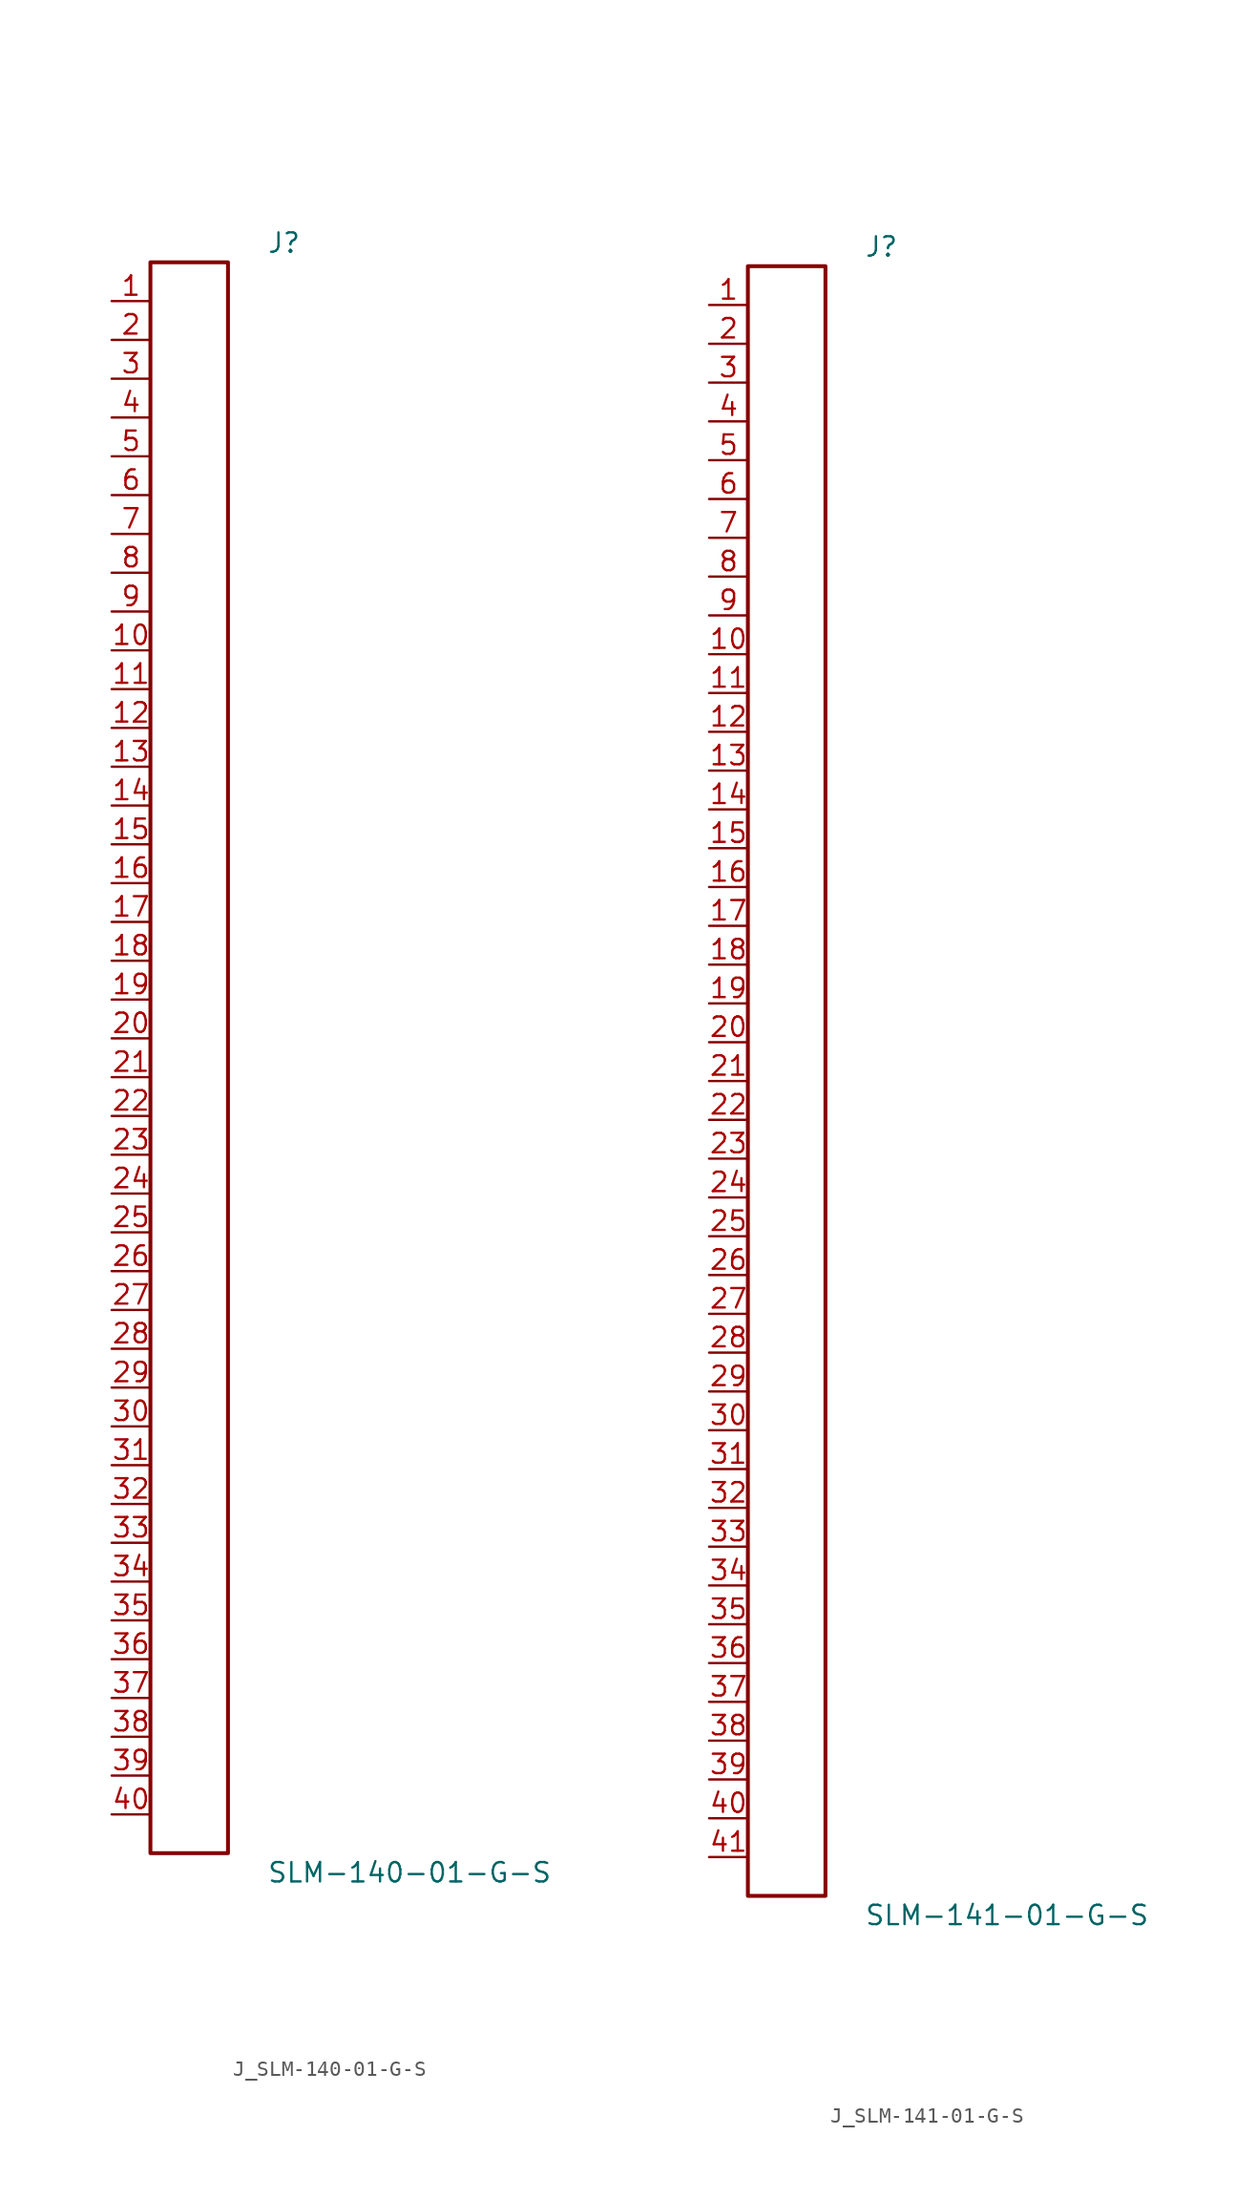
<source format=kicad_sym>
(kicad_symbol_lib
  (version 20231120)
  (generator kicad_symbol_editor)
  (generator_version 8.0)
  (symbol "J_SLM-140-01-G-S"
    (pin_names
      (offset 0.254))
    (property "Reference" "J"
      (at 5.08 53.34 0)
      (effects (font (size 1.27 1.27)) (justify left)))
    (property "Value" "SLM-140-01-G-S"
      (at 5.08 -53.34 0)
      (effects (font (size 1.27 1.27)) (justify left)))
    (symbol "J_SLM-140-01-G-S_0_0"
      (pin passive line (at -5.08 49.53 0) (length 2.54) (name "" (effects (font (size 1.27 1.27)))) (number "1" (effects (font (size 1.27 1.27)))))
      (pin passive line (at -5.08 46.99 0) (length 2.54) (name "" (effects (font (size 1.27 1.27)))) (number "2" (effects (font (size 1.27 1.27)))))
      (pin passive line (at -5.08 44.45 0) (length 2.54) (name "" (effects (font (size 1.27 1.27)))) (number "3" (effects (font (size 1.27 1.27)))))
      (pin passive line (at -5.08 41.91 0) (length 2.54) (name "" (effects (font (size 1.27 1.27)))) (number "4" (effects (font (size 1.27 1.27)))))
      (pin passive line (at -5.08 39.37 0) (length 2.54) (name "" (effects (font (size 1.27 1.27)))) (number "5" (effects (font (size 1.27 1.27)))))
      (pin passive line (at -5.08 36.83 0) (length 2.54) (name "" (effects (font (size 1.27 1.27)))) (number "6" (effects (font (size 1.27 1.27)))))
      (pin passive line (at -5.08 34.29 0) (length 2.54) (name "" (effects (font (size 1.27 1.27)))) (number "7" (effects (font (size 1.27 1.27)))))
      (pin passive line (at -5.08 31.75 0) (length 2.54) (name "" (effects (font (size 1.27 1.27)))) (number "8" (effects (font (size 1.27 1.27)))))
      (pin passive line (at -5.08 29.21 0) (length 2.54) (name "" (effects (font (size 1.27 1.27)))) (number "9" (effects (font (size 1.27 1.27)))))
      (pin passive line (at -5.08 26.67 0) (length 2.54) (name "" (effects (font (size 1.27 1.27)))) (number "10" (effects (font (size 1.27 1.27)))))
      (pin passive line (at -5.08 24.13 0) (length 2.54) (name "" (effects (font (size 1.27 1.27)))) (number "11" (effects (font (size 1.27 1.27)))))
      (pin passive line (at -5.08 21.59 0) (length 2.54) (name "" (effects (font (size 1.27 1.27)))) (number "12" (effects (font (size 1.27 1.27)))))
      (pin passive line (at -5.08 19.05 0) (length 2.54) (name "" (effects (font (size 1.27 1.27)))) (number "13" (effects (font (size 1.27 1.27)))))
      (pin passive line (at -5.08 16.51 0) (length 2.54) (name "" (effects (font (size 1.27 1.27)))) (number "14" (effects (font (size 1.27 1.27)))))
      (pin passive line (at -5.08 13.97 0) (length 2.54) (name "" (effects (font (size 1.27 1.27)))) (number "15" (effects (font (size 1.27 1.27)))))
      (pin passive line (at -5.08 11.43 0) (length 2.54) (name "" (effects (font (size 1.27 1.27)))) (number "16" (effects (font (size 1.27 1.27)))))
      (pin passive line (at -5.08 8.89 0) (length 2.54) (name "" (effects (font (size 1.27 1.27)))) (number "17" (effects (font (size 1.27 1.27)))))
      (pin passive line (at -5.08 6.35 0) (length 2.54) (name "" (effects (font (size 1.27 1.27)))) (number "18" (effects (font (size 1.27 1.27)))))
      (pin passive line (at -5.08 3.81 0) (length 2.54) (name "" (effects (font (size 1.27 1.27)))) (number "19" (effects (font (size 1.27 1.27)))))
      (pin passive line (at -5.08 1.27 0) (length 2.54) (name "" (effects (font (size 1.27 1.27)))) (number "20" (effects (font (size 1.27 1.27)))))
      (pin passive line (at -5.08 -1.27 0) (length 2.54) (name "" (effects (font (size 1.27 1.27)))) (number "21" (effects (font (size 1.27 1.27)))))
      (pin passive line (at -5.08 -3.81 0) (length 2.54) (name "" (effects (font (size 1.27 1.27)))) (number "22" (effects (font (size 1.27 1.27)))))
      (pin passive line (at -5.08 -6.35 0) (length 2.54) (name "" (effects (font (size 1.27 1.27)))) (number "23" (effects (font (size 1.27 1.27)))))
      (pin passive line (at -5.08 -8.89 0) (length 2.54) (name "" (effects (font (size 1.27 1.27)))) (number "24" (effects (font (size 1.27 1.27)))))
      (pin passive line (at -5.08 -11.43 0) (length 2.54) (name "" (effects (font (size 1.27 1.27)))) (number "25" (effects (font (size 1.27 1.27)))))
      (pin passive line (at -5.08 -13.97 0) (length 2.54) (name "" (effects (font (size 1.27 1.27)))) (number "26" (effects (font (size 1.27 1.27)))))
      (pin passive line (at -5.08 -16.51 0) (length 2.54) (name "" (effects (font (size 1.27 1.27)))) (number "27" (effects (font (size 1.27 1.27)))))
      (pin passive line (at -5.08 -19.05 0) (length 2.54) (name "" (effects (font (size 1.27 1.27)))) (number "28" (effects (font (size 1.27 1.27)))))
      (pin passive line (at -5.08 -21.59 0) (length 2.54) (name "" (effects (font (size 1.27 1.27)))) (number "29" (effects (font (size 1.27 1.27)))))
      (pin passive line (at -5.08 -24.13 0) (length 2.54) (name "" (effects (font (size 1.27 1.27)))) (number "30" (effects (font (size 1.27 1.27)))))
      (pin passive line (at -5.08 -26.67 0) (length 2.54) (name "" (effects (font (size 1.27 1.27)))) (number "31" (effects (font (size 1.27 1.27)))))
      (pin passive line (at -5.08 -29.21 0) (length 2.54) (name "" (effects (font (size 1.27 1.27)))) (number "32" (effects (font (size 1.27 1.27)))))
      (pin passive line (at -5.08 -31.75 0) (length 2.54) (name "" (effects (font (size 1.27 1.27)))) (number "33" (effects (font (size 1.27 1.27)))))
      (pin passive line (at -5.08 -34.29 0) (length 2.54) (name "" (effects (font (size 1.27 1.27)))) (number "34" (effects (font (size 1.27 1.27)))))
      (pin passive line (at -5.08 -36.83 0) (length 2.54) (name "" (effects (font (size 1.27 1.27)))) (number "35" (effects (font (size 1.27 1.27)))))
      (pin passive line (at -5.08 -39.37 0) (length 2.54) (name "" (effects (font (size 1.27 1.27)))) (number "36" (effects (font (size 1.27 1.27)))))
      (pin passive line (at -5.08 -41.91 0) (length 2.54) (name "" (effects (font (size 1.27 1.27)))) (number "37" (effects (font (size 1.27 1.27)))))
      (pin passive line (at -5.08 -44.45 0) (length 2.54) (name "" (effects (font (size 1.27 1.27)))) (number "38" (effects (font (size 1.27 1.27)))))
      (pin passive line (at -5.08 -46.99 0) (length 2.54) (name "" (effects (font (size 1.27 1.27)))) (number "39" (effects (font (size 1.27 1.27)))))
      (pin passive line (at -5.08 -49.53 0) (length 2.54) (name "" (effects (font (size 1.27 1.27)))) (number "40" (effects (font (size 1.27 1.27))))))
    (symbol "J_SLM-140-01-G-S_1_0"
      (rectangle (start -2.54 52.07) (end 2.54 -52.07) (stroke (width 0.254) (type solid)) (fill (type none)))))
  (symbol "J_SLM-141-01-G-S"
    (pin_names
      (offset 0.254))
    (property "Reference" "J"
      (at 5.08 54.61 0)
      (effects (font (size 1.27 1.27)) (justify left)))
    (property "Value" "SLM-141-01-G-S"
      (at 5.08 -54.61 0)
      (effects (font (size 1.27 1.27)) (justify left)))
    (symbol "J_SLM-141-01-G-S_0_0"
      (pin passive line (at -5.08 50.8 0) (length 2.54) (name "" (effects (font (size 1.27 1.27)))) (number "1" (effects (font (size 1.27 1.27)))))
      (pin passive line (at -5.08 48.26 0) (length 2.54) (name "" (effects (font (size 1.27 1.27)))) (number "2" (effects (font (size 1.27 1.27)))))
      (pin passive line (at -5.08 45.72 0) (length 2.54) (name "" (effects (font (size 1.27 1.27)))) (number "3" (effects (font (size 1.27 1.27)))))
      (pin passive line (at -5.08 43.18 0) (length 2.54) (name "" (effects (font (size 1.27 1.27)))) (number "4" (effects (font (size 1.27 1.27)))))
      (pin passive line (at -5.08 40.64 0) (length 2.54) (name "" (effects (font (size 1.27 1.27)))) (number "5" (effects (font (size 1.27 1.27)))))
      (pin passive line (at -5.08 38.1 0) (length 2.54) (name "" (effects (font (size 1.27 1.27)))) (number "6" (effects (font (size 1.27 1.27)))))
      (pin passive line (at -5.08 35.56 0) (length 2.54) (name "" (effects (font (size 1.27 1.27)))) (number "7" (effects (font (size 1.27 1.27)))))
      (pin passive line (at -5.08 33.02 0) (length 2.54) (name "" (effects (font (size 1.27 1.27)))) (number "8" (effects (font (size 1.27 1.27)))))
      (pin passive line (at -5.08 30.48 0) (length 2.54) (name "" (effects (font (size 1.27 1.27)))) (number "9" (effects (font (size 1.27 1.27)))))
      (pin passive line (at -5.08 27.94 0) (length 2.54) (name "" (effects (font (size 1.27 1.27)))) (number "10" (effects (font (size 1.27 1.27)))))
      (pin passive line (at -5.08 25.4 0) (length 2.54) (name "" (effects (font (size 1.27 1.27)))) (number "11" (effects (font (size 1.27 1.27)))))
      (pin passive line (at -5.08 22.86 0) (length 2.54) (name "" (effects (font (size 1.27 1.27)))) (number "12" (effects (font (size 1.27 1.27)))))
      (pin passive line (at -5.08 20.32 0) (length 2.54) (name "" (effects (font (size 1.27 1.27)))) (number "13" (effects (font (size 1.27 1.27)))))
      (pin passive line (at -5.08 17.78 0) (length 2.54) (name "" (effects (font (size 1.27 1.27)))) (number "14" (effects (font (size 1.27 1.27)))))
      (pin passive line (at -5.08 15.24 0) (length 2.54) (name "" (effects (font (size 1.27 1.27)))) (number "15" (effects (font (size 1.27 1.27)))))
      (pin passive line (at -5.08 12.7 0) (length 2.54) (name "" (effects (font (size 1.27 1.27)))) (number "16" (effects (font (size 1.27 1.27)))))
      (pin passive line (at -5.08 10.16 0) (length 2.54) (name "" (effects (font (size 1.27 1.27)))) (number "17" (effects (font (size 1.27 1.27)))))
      (pin passive line (at -5.08 7.62 0) (length 2.54) (name "" (effects (font (size 1.27 1.27)))) (number "18" (effects (font (size 1.27 1.27)))))
      (pin passive line (at -5.08 5.08 0) (length 2.54) (name "" (effects (font (size 1.27 1.27)))) (number "19" (effects (font (size 1.27 1.27)))))
      (pin passive line (at -5.08 2.54 0) (length 2.54) (name "" (effects (font (size 1.27 1.27)))) (number "20" (effects (font (size 1.27 1.27)))))
      (pin passive line (at -5.08 0.0 0) (length 2.54) (name "" (effects (font (size 1.27 1.27)))) (number "21" (effects (font (size 1.27 1.27)))))
      (pin passive line (at -5.08 -2.54 0) (length 2.54) (name "" (effects (font (size 1.27 1.27)))) (number "22" (effects (font (size 1.27 1.27)))))
      (pin passive line (at -5.08 -5.08 0) (length 2.54) (name "" (effects (font (size 1.27 1.27)))) (number "23" (effects (font (size 1.27 1.27)))))
      (pin passive line (at -5.08 -7.62 0) (length 2.54) (name "" (effects (font (size 1.27 1.27)))) (number "24" (effects (font (size 1.27 1.27)))))
      (pin passive line (at -5.08 -10.16 0) (length 2.54) (name "" (effects (font (size 1.27 1.27)))) (number "25" (effects (font (size 1.27 1.27)))))
      (pin passive line (at -5.08 -12.7 0) (length 2.54) (name "" (effects (font (size 1.27 1.27)))) (number "26" (effects (font (size 1.27 1.27)))))
      (pin passive line (at -5.08 -15.24 0) (length 2.54) (name "" (effects (font (size 1.27 1.27)))) (number "27" (effects (font (size 1.27 1.27)))))
      (pin passive line (at -5.08 -17.78 0) (length 2.54) (name "" (effects (font (size 1.27 1.27)))) (number "28" (effects (font (size 1.27 1.27)))))
      (pin passive line (at -5.08 -20.32 0) (length 2.54) (name "" (effects (font (size 1.27 1.27)))) (number "29" (effects (font (size 1.27 1.27)))))
      (pin passive line (at -5.08 -22.86 0) (length 2.54) (name "" (effects (font (size 1.27 1.27)))) (number "30" (effects (font (size 1.27 1.27)))))
      (pin passive line (at -5.08 -25.4 0) (length 2.54) (name "" (effects (font (size 1.27 1.27)))) (number "31" (effects (font (size 1.27 1.27)))))
      (pin passive line (at -5.08 -27.94 0) (length 2.54) (name "" (effects (font (size 1.27 1.27)))) (number "32" (effects (font (size 1.27 1.27)))))
      (pin passive line (at -5.08 -30.48 0) (length 2.54) (name "" (effects (font (size 1.27 1.27)))) (number "33" (effects (font (size 1.27 1.27)))))
      (pin passive line (at -5.08 -33.02 0) (length 2.54) (name "" (effects (font (size 1.27 1.27)))) (number "34" (effects (font (size 1.27 1.27)))))
      (pin passive line (at -5.08 -35.56 0) (length 2.54) (name "" (effects (font (size 1.27 1.27)))) (number "35" (effects (font (size 1.27 1.27)))))
      (pin passive line (at -5.08 -38.1 0) (length 2.54) (name "" (effects (font (size 1.27 1.27)))) (number "36" (effects (font (size 1.27 1.27)))))
      (pin passive line (at -5.08 -40.64 0) (length 2.54) (name "" (effects (font (size 1.27 1.27)))) (number "37" (effects (font (size 1.27 1.27)))))
      (pin passive line (at -5.08 -43.18 0) (length 2.54) (name "" (effects (font (size 1.27 1.27)))) (number "38" (effects (font (size 1.27 1.27)))))
      (pin passive line (at -5.08 -45.72 0) (length 2.54) (name "" (effects (font (size 1.27 1.27)))) (number "39" (effects (font (size 1.27 1.27)))))
      (pin passive line (at -5.08 -48.26 0) (length 2.54) (name "" (effects (font (size 1.27 1.27)))) (number "40" (effects (font (size 1.27 1.27)))))
      (pin passive line (at -5.08 -50.8 0) (length 2.54) (name "" (effects (font (size 1.27 1.27)))) (number "41" (effects (font (size 1.27 1.27))))))
    (symbol "J_SLM-141-01-G-S_1_0"
      (rectangle (start -2.54 53.34) (end 2.54 -53.34) (stroke (width 0.254) (type solid)) (fill (type none))))))
</source>
